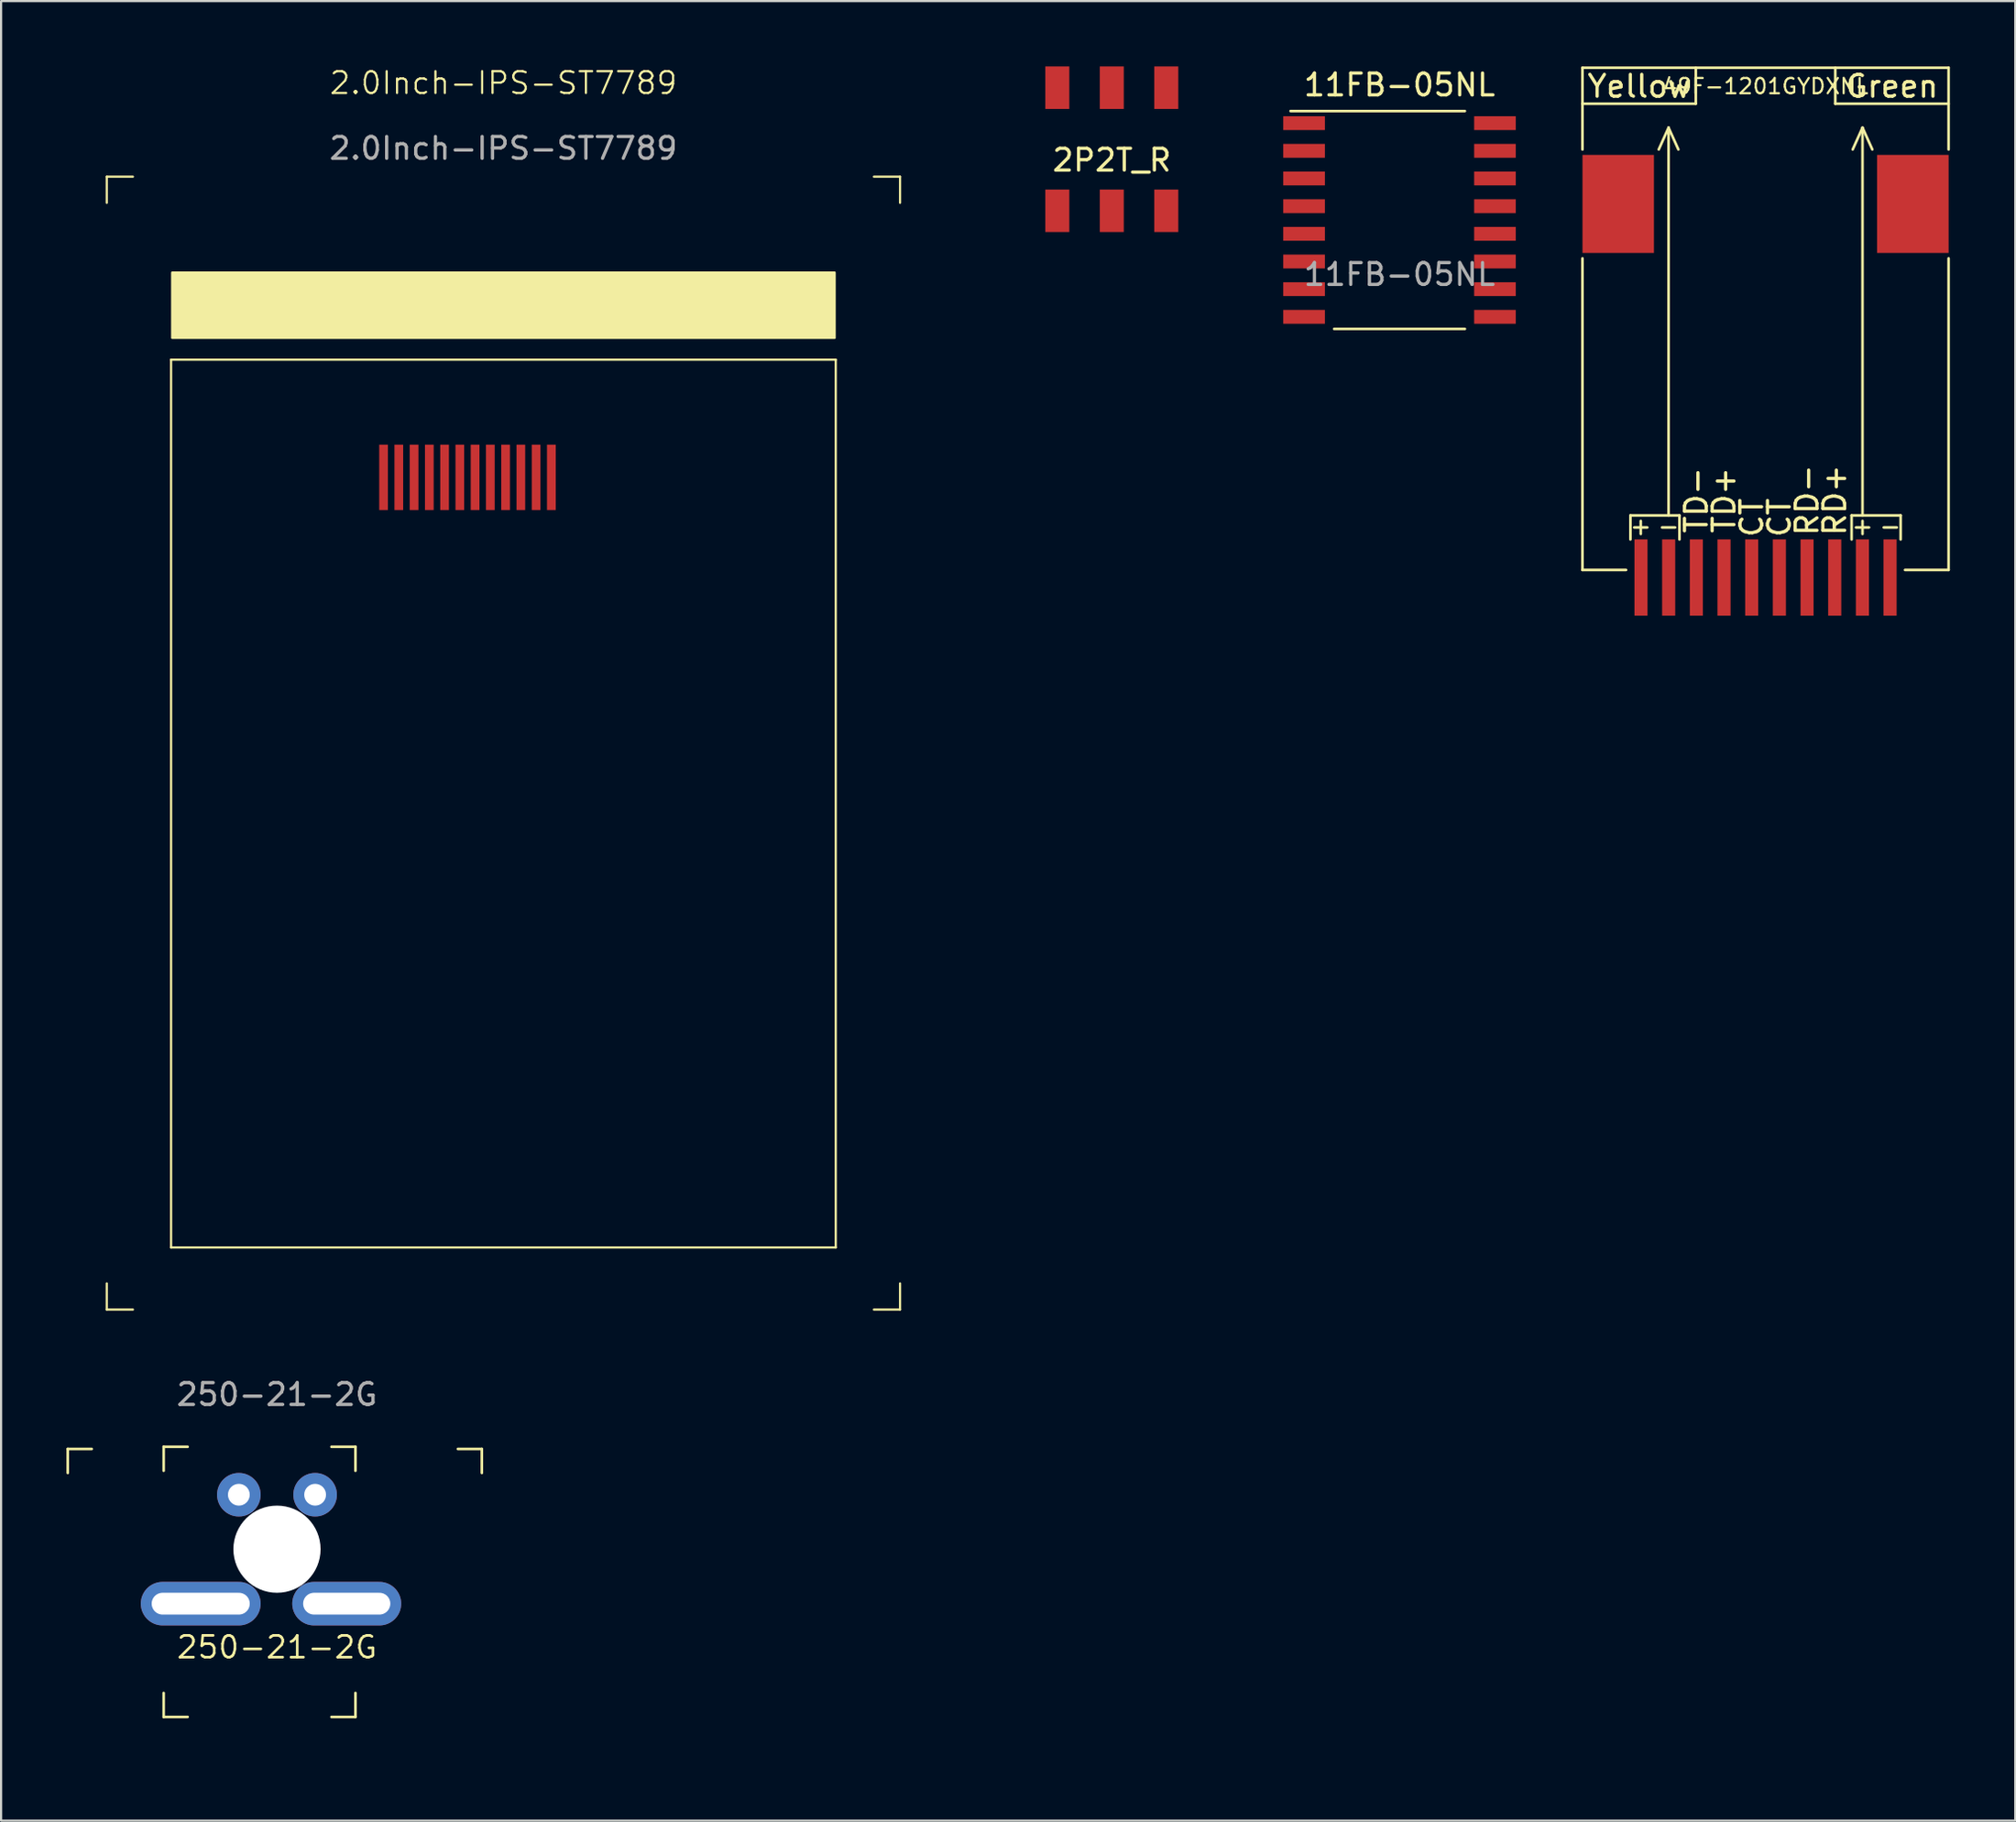
<source format=kicad_pcb>
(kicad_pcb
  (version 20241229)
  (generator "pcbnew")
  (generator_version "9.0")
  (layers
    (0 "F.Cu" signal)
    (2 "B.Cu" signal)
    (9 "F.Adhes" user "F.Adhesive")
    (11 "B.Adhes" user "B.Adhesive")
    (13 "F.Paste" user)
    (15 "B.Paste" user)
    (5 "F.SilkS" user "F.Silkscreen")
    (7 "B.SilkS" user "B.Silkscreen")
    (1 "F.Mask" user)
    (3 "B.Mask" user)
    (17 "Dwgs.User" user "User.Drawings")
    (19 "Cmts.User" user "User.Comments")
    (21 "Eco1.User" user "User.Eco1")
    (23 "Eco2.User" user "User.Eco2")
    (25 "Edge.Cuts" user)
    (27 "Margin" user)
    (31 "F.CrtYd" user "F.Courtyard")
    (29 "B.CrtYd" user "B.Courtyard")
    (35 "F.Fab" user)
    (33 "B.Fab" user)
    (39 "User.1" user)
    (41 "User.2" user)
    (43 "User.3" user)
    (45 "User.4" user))
  (footprint "2P2T_R"
    (layer "F.Cu")
    (at 47.967 3.8)
    (property "Reference" "2P2T_R" (at 0 0.5 0) (layer "F.SilkS") (effects (font (size 1 1) (thickness 0.15))))
    (attr through_hole)
    (fp_line (start -4.6 -0.8) (end -4.6 0.8) (stroke (width 0.12) (type solid)) (layer "Eco1.User"))
    (fp_line (start -3.6 1.8) (end 3.6 1.8) (stroke (width 0.12) (type solid)) (layer "Eco1.User"))
    (fp_line (start 3.6 -1.8) (end -3.6 -1.8) (stroke (width 0.12) (type solid)) (layer "Eco1.User"))
    (fp_line (start 4.6 -0.8) (end 4.6 0.8) (stroke (width 0.12) (type solid)) (layer "Eco1.User"))
    (fp_arc (start -4.599998 -0.800002) (mid -4.599998 -1.8) (end -3.6 -1.8) (stroke (width 0.12) (type solid)) (layer "Eco1.User"))
    (fp_arc (start -3.600001 1.799999) (mid -4.599999 1.799999) (end -4.599999 0.800001) (stroke (width 0.12) (type solid)) (layer "Eco1.User"))
    (fp_arc (start 3.600002 -1.799998) (mid 4.6 -1.799998) (end 4.6 -0.8) (stroke (width 0.12) (type solid)) (layer "Eco1.User"))
    (fp_arc (start 4.599998 0.800002) (mid 4.599998 1.8) (end 3.6 1.8) (stroke (width 0.12) (type solid)) (layer "Eco1.User"))
    (pad "1" smd rect (at -2.5 -2.825) (size 1.1 1.95) (layers "F.Cu" "F.Mask" "F.Paste"))
    (pad "2" smd rect (at 0 -2.825) (size 1.1 1.95) (layers "F.Cu" "F.Mask" "F.Paste"))
    (pad "3" smd rect (at 2.5 -2.825) (size 1.1 1.95) (layers "F.Cu" "F.Mask" "F.Paste"))
    (pad "4" smd rect (at -2.5 2.825) (size 1.1 1.95) (layers "F.Cu" "F.Mask" "F.Paste"))
    (pad "5" smd rect (at 0 2.825) (size 1.1 1.95) (layers "F.Cu" "F.Mask" "F.Paste"))
    (pad "6" smd rect (at 2.5 2.825) (size 1.1 1.95) (layers "F.Cu" "F.Mask" "F.Paste")))
  (footprint "11FB-05NL"
    (layer "F.Cu")
    (at 61.169 7.048)
    (property "Reference" "11FB-05NL" (at 0 -6.2 0) (unlocked yes) (layer "F.SilkS") (effects (font (size 1 1) (thickness 0.15))))
    (attr smd)
    (fp_line (start -3 5) (end 3 5) (stroke (width 0.12) (type default)) (layer "F.SilkS"))
    (fp_line (start 3 -5) (end -5 -5) (stroke (width 0.12) (type default)) (layer "F.SilkS"))
    (fp_text user "${REFERENCE}" (at 0 2.5 0) (unlocked yes) (layer "F.Fab") (effects (font (size 1 1) (thickness 0.15))))
    (pad "1" smd rect (at -4.38 -4.445) (size 1.91 0.635) (layers "F.Cu" "F.Mask" "F.Paste"))
    (pad "2" smd rect (at -4.38 -3.175) (size 1.91 0.635) (layers "F.Cu" "F.Mask" "F.Paste"))
    (pad "3" smd rect (at -4.38 -1.905) (size 1.91 0.635) (layers "F.Cu" "F.Mask" "F.Paste"))
    (pad "4" smd rect (at -4.38 -0.635) (size 1.91 0.635) (layers "F.Cu" "F.Mask" "F.Paste"))
    (pad "5" smd rect (at -4.38 0.635) (size 1.91 0.635) (layers "F.Cu" "F.Mask" "F.Paste"))
    (pad "6" smd rect (at -4.38 1.905) (size 1.91 0.635) (layers "F.Cu" "F.Mask" "F.Paste"))
    (pad "7" smd rect (at -4.38 3.175) (size 1.91 0.635) (layers "F.Cu" "F.Mask" "F.Paste"))
    (pad "8" smd rect (at -4.38 4.445) (size 1.91 0.635) (layers "F.Cu" "F.Mask" "F.Paste"))
    (pad "9" smd rect (at 4.38 4.445) (size 1.91 0.635) (layers "F.Cu" "F.Mask" "F.Paste"))
    (pad "10" smd rect (at 4.38 3.175) (size 1.91 0.635) (layers "F.Cu" "F.Mask" "F.Paste"))
    (pad "11" smd rect (at 4.38 1.905) (size 1.91 0.635) (layers "F.Cu" "F.Mask" "F.Paste"))
    (pad "12" smd rect (at 4.38 0.635) (size 1.91 0.635) (layers "F.Cu" "F.Mask" "F.Paste"))
    (pad "13" smd rect (at 4.38 -0.635) (size 1.91 0.635) (layers "F.Cu" "F.Mask" "F.Paste"))
    (pad "14" smd rect (at 4.38 -1.905) (size 1.91 0.635) (layers "F.Cu" "F.Mask" "F.Paste"))
    (pad "15" smd rect (at 4.38 -3.175) (size 1.91 0.635) (layers "F.Cu" "F.Mask" "F.Paste"))
    (pad "16" smd rect (at 4.38 -4.445) (size 1.91 0.635) (layers "F.Cu" "F.Mask" "F.Paste")))
  (footprint "2.0Inch-IPS-ST7789"
    (layer "F.Cu")
    (at 20.05 5.46)
    (property "Reference" "2.0Inch-IPS-ST7789" (at 0 -4.7 0) (unlocked yes) (layer "F.SilkS") (effects (font (size 1 1) (thickness 0.1))))
    (attr smd)
    (fp_line (start -18.2 0.8) (end -18.2 -0.4) (stroke (width 0.1) (type default)) (layer "F.SilkS"))
    (fp_line (start -18.2 50.4) (end -18.2 51.6) (stroke (width 0.1) (type default)) (layer "F.SilkS"))
    (fp_line (start -17 -0.4) (end -18.2 -0.4) (stroke (width 0.1) (type default)) (layer "F.SilkS"))
    (fp_line (start -17 51.6) (end -18.2 51.6) (stroke (width 0.1) (type default)) (layer "F.SilkS"))
    (fp_line (start -15.25 8) (end 15.25 8) (stroke (width 0.1) (type default)) (layer "F.SilkS"))
    (fp_line (start -15.25 48.75) (end -15.25 8) (stroke (width 0.1) (type default)) (layer "F.SilkS"))
    (fp_line (start -15.25 48.75) (end 15.25 48.75) (stroke (width 0.1) (type default)) (layer "F.SilkS"))
    (fp_line (start 15.25 48.75) (end 15.25 8) (stroke (width 0.1) (type default)) (layer "F.SilkS"))
    (fp_line (start 17 -0.4) (end 18.2 -0.4) (stroke (width 0.1) (type default)) (layer "F.SilkS"))
    (fp_line (start 17 51.6) (end 18.2 51.6) (stroke (width 0.1) (type default)) (layer "F.SilkS"))
    (fp_line (start 18.2 0.8) (end 18.2 -0.4) (stroke (width 0.1) (type default)) (layer "F.SilkS"))
    (fp_line (start 18.2 50.4) (end 18.2 51.6) (stroke (width 0.1) (type default)) (layer "F.SilkS"))
    (fp_rect (start -15.2 4) (end 15.2 7) (stroke (width 0.1) (type solid)) (fill yes) (layer "F.SilkS"))
    (fp_rect (start -17.85 0) (end 17.85 51.2) (stroke (width 0.1) (type default)) (fill no) (layer "Eco1.User"))
    (fp_rect (start -15.3 7.96) (end 15.3 48.76) (stroke (width 0.1) (type dash)) (fill no) (layer "Eco1.User"))
    (fp_line (start -20 11.8) (end 20 11.8) (stroke (width 0.1) (type default)) (layer "Eco2.User"))
    (fp_line (start -20 15) (end 20 15) (stroke (width 0.1) (type default)) (layer "Eco2.User"))
    (fp_line (start 0 16) (end 0 11) (stroke (width 0.1) (type default)) (layer "Eco2.User"))
    (fp_text user "${REFERENCE}" (at 0 -1.7 0) (unlocked yes) (layer "F.Fab") (effects (font (size 1 1) (thickness 0.15))))
    (pad "1" smd rect (at -5.5 13.4) (size 0.4 3) (layers "F.Cu" "F.Mask" "F.Paste"))
    (pad "2" smd rect (at -4.8 13.4) (size 0.4 3) (layers "F.Cu" "F.Mask" "F.Paste"))
    (pad "3" smd rect (at -4.1 13.4) (size 0.4 3) (layers "F.Cu" "F.Mask" "F.Paste"))
    (pad "4" smd rect (at -3.4 13.4) (size 0.4 3) (layers "F.Cu" "F.Mask" "F.Paste"))
    (pad "5" smd rect (at -2.7 13.4) (size 0.4 3) (layers "F.Cu" "F.Mask" "F.Paste"))
    (pad "6" smd rect (at -2 13.4) (size 0.4 3) (layers "F.Cu" "F.Mask" "F.Paste"))
    (pad "7" smd rect (at -1.3 13.4) (size 0.4 3) (layers "F.Cu" "F.Mask" "F.Paste"))
    (pad "8" smd rect (at -0.6 13.4) (size 0.4 3) (layers "F.Cu" "F.Mask" "F.Paste"))
    (pad "9" smd rect (at 0.1 13.4) (size 0.4 3) (layers "F.Cu" "F.Mask" "F.Paste"))
    (pad "10" smd rect (at 0.8 13.4) (size 0.4 3) (layers "F.Cu" "F.Mask" "F.Paste"))
    (pad "11" smd rect (at 1.5 13.4) (size 0.4 3) (layers "F.Cu" "F.Mask" "F.Paste"))
    (pad "12" smd rect (at 2.2 13.4) (size 0.4 3) (layers "F.Cu" "F.Mask" "F.Paste")))
  (footprint "49F-1201GYDXNL"
    (layer "F.Cu")
    (at 77.964 6.31)
    (property "Reference" "49F-1201GYDXNL" (at 0 -5.4 0) (layer "F.SilkS") (effects (font (size 0.7 0.7) (thickness 0.1))))
    (attr through_hole)
    (fp_line (start -8.4 -6.25) (end -8.4 -2.5) (stroke (width 0.12) (type solid)) (layer "F.SilkS"))
    (fp_line (start -8.4 -4.6) (end -3.2 -4.6) (stroke (width 0.12) (type solid)) (layer "F.SilkS"))
    (fp_line (start -8.4 2.5) (end -8.4 16.8) (stroke (width 0.12) (type solid)) (layer "F.SilkS"))
    (fp_line (start -8.4 16.8) (end -6.4 16.8) (stroke (width 0.12) (type solid)) (layer "F.SilkS"))
    (fp_line (start -6.2 15.4) (end -6.2 14.3) (stroke (width 0.12) (type solid)) (layer "F.SilkS"))
    (fp_line (start -6.025 14.85) (end -5.425 14.85) (stroke (width 0.12) (type solid)) (layer "F.SilkS"))
    (fp_line (start -5.725 15.15) (end -5.725 14.55) (stroke (width 0.12) (type solid)) (layer "F.SilkS"))
    (fp_line (start -4.75 14.85) (end -4.15 14.85) (stroke (width 0.12) (type solid)) (layer "F.SilkS"))
    (fp_line (start -4.45 -3.5) (end -4.9 -2.5) (stroke (width 0.12) (type solid)) (layer "F.SilkS"))
    (fp_line (start -4.45 -3.5) (end -4 -2.5) (stroke (width 0.12) (type solid)) (layer "F.SilkS"))
    (fp_line (start -4.45 14.3) (end -4.45 -3.5) (stroke (width 0.12) (type solid)) (layer "F.SilkS"))
    (fp_line (start -3.95 14.3) (end -6.2 14.3) (stroke (width 0.12) (type solid)) (layer "F.SilkS"))
    (fp_line (start -3.95 15.4) (end -3.95 14.3) (stroke (width 0.12) (type solid)) (layer "F.SilkS"))
    (fp_line (start -3.2 -4.6) (end -3.2 -6.25) (stroke (width 0.12) (type solid)) (layer "F.SilkS"))
    (fp_line (start 3.2 -4.6) (end 3.2 -6.25) (stroke (width 0.12) (type solid)) (layer "F.SilkS"))
    (fp_line (start 3.2 -4.6) (end 8.4 -4.6) (stroke (width 0.12) (type solid)) (layer "F.SilkS"))
    (fp_line (start 3.95 15.4) (end 3.95 14.3) (stroke (width 0.12) (type solid)) (layer "F.SilkS"))
    (fp_line (start 4.15 14.85) (end 4.75 14.85) (stroke (width 0.12) (type solid)) (layer "F.SilkS"))
    (fp_line (start 4.45 -3.5) (end 4 -2.5) (stroke (width 0.12) (type solid)) (layer "F.SilkS"))
    (fp_line (start 4.45 -3.5) (end 4.9 -2.5) (stroke (width 0.12) (type solid)) (layer "F.SilkS"))
    (fp_line (start 4.45 14.3) (end 4.45 -3.5) (stroke (width 0.12) (type solid)) (layer "F.SilkS"))
    (fp_line (start 4.45 15.15) (end 4.45 14.55) (stroke (width 0.12) (type solid)) (layer "F.SilkS"))
    (fp_line (start 5.425 14.85) (end 6.025 14.85) (stroke (width 0.12) (type solid)) (layer "F.SilkS"))
    (fp_line (start 6.2 14.3) (end 3.95 14.3) (stroke (width 0.12) (type solid)) (layer "F.SilkS"))
    (fp_line (start 6.2 15.4) (end 6.2 14.3) (stroke (width 0.12) (type solid)) (layer "F.SilkS"))
    (fp_line (start 6.4 16.8) (end 8.4 16.8) (stroke (width 0.12) (type solid)) (layer "F.SilkS"))
    (fp_line (start 8.4 -6.25) (end -8.4 -6.25) (stroke (width 0.12) (type solid)) (layer "F.SilkS"))
    (fp_line (start 8.4 -2.5) (end 8.4 -6.25) (stroke (width 0.12) (type solid)) (layer "F.SilkS"))
    (fp_line (start 8.4 2.5) (end 8.4 16.8) (stroke (width 0.12) (type solid)) (layer "F.SilkS"))
    (fp_text user "Yellow" (at -5.8 -5.4 0) (layer "F.SilkS") (effects (font (size 1 1) (thickness 0.15))))
    (fp_text user "TD-" (at -3.175 13.6 90) (layer "F.SilkS") (effects (font (size 1 1) (thickness 0.15))))
    (fp_text user "Green" (at 5.8 -5.4 0) (layer "F.SilkS") (effects (font (size 1 1) (thickness 0.15))))
    (fp_text user "RD-" (at 1.905 13.6 90) (layer "F.SilkS") (effects (font (size 1 1) (thickness 0.15))))
    (fp_text user "CT" (at -0.635 14.4 90) (layer "F.SilkS") (effects (font (size 1 1) (thickness 0.15))))
    (fp_text user "CT" (at 0.635 14.4 90) (layer "F.SilkS") (effects (font (size 1 1) (thickness 0.15))))
    (fp_text user "TD+" (at -1.905 13.6 90) (layer "F.SilkS") (effects (font (size 1 1) (thickness 0.15))))
    (fp_text user "RD+" (at 3.175 13.6 90) (layer "F.SilkS") (effects (font (size 1 1) (thickness 0.15))))
    (pad "1" smd rect (at 3.175 17.15) (size 0.6 3.5) (layers "F.Cu" "F.Mask" "F.Paste"))
    (pad "2" smd rect (at 1.905 17.15) (size 0.6 3.5) (layers "F.Cu" "F.Mask" "F.Paste"))
    (pad "3" smd rect (at 0.635 17.15) (size 0.6 3.5) (layers "F.Cu" "F.Mask" "F.Paste"))
    (pad "6" smd rect (at -0.635 17.15) (size 0.6 3.5) (layers "F.Cu" "F.Mask" "F.Paste"))
    (pad "7" smd rect (at -1.905 17.15) (size 0.6 3.5) (layers "F.Cu" "F.Mask" "F.Paste"))
    (pad "8" smd rect (at -3.175 17.15) (size 0.6 3.5) (layers "F.Cu" "F.Mask" "F.Paste"))
    (pad "9" smd rect (at 5.715 17.15) (size 0.6 3.5) (layers "F.Cu" "F.Mask" "F.Paste"))
    (pad "10" smd rect (at 4.445 17.15) (size 0.6 3.5) (layers "F.Cu" "F.Mask" "F.Paste"))
    (pad "11" smd rect (at -4.445 17.15) (size 0.6 3.5) (layers "F.Cu" "F.Mask" "F.Paste"))
    (pad "12" smd rect (at -5.715 17.15) (size 0.6 3.5) (layers "F.Cu" "F.Mask" "F.Paste"))
    (pad "SH" smd rect (at -6.76 0) (size 3.28 4.5) (layers "F.Cu" "F.Mask" "F.Paste"))
    (pad "SH" smd rect (at 6.76 0) (size 3.28 4.5) (layers "F.Cu" "F.Mask" "F.Paste")))
  (footprint "250-21-2G"
    (layer "F.Cu")
    (at 9.66 70.559)
    (property "Reference" "250-21-2G" (at 0 2 0) (unlocked yes) (layer "F.SilkS") (effects (font (size 1 1) (thickness 0.12))))
    (attr through_hole)
    (fp_line (start -9.6 -6) (end -9.6 -7.1) (stroke (width 0.12) (type default)) (layer "F.SilkS"))
    (fp_line (start -8.5 -7.1) (end -9.6 -7.1) (stroke (width 0.12) (type default)) (layer "F.SilkS"))
    (fp_line (start -5.2 -6.1) (end -5.2 -7.2) (stroke (width 0.12) (type default)) (layer "F.SilkS"))
    (fp_line (start -5.2 4.1) (end -5.2 5.2) (stroke (width 0.12) (type default)) (layer "F.SilkS"))
    (fp_line (start -4.1 -7.2) (end -5.2 -7.2) (stroke (width 0.12) (type default)) (layer "F.SilkS"))
    (fp_line (start -4.1 5.2) (end -5.2 5.2) (stroke (width 0.12) (type default)) (layer "F.SilkS"))
    (fp_line (start 2.5 -7.2) (end 3.6 -7.2) (stroke (width 0.12) (type default)) (layer "F.SilkS"))
    (fp_line (start 2.5 5.2) (end 3.6 5.2) (stroke (width 0.12) (type default)) (layer "F.SilkS"))
    (fp_line (start 3.6 -6.1) (end 3.6 -7.2) (stroke (width 0.12) (type default)) (layer "F.SilkS"))
    (fp_line (start 3.6 4.1) (end 3.6 5.2) (stroke (width 0.12) (type default)) (layer "F.SilkS"))
    (fp_line (start 8.3 -7.1) (end 9.4 -7.1) (stroke (width 0.12) (type default)) (layer "F.SilkS"))
    (fp_line (start 9.4 -6) (end 9.4 -7.1) (stroke (width 0.12) (type default)) (layer "F.SilkS"))
    (fp_line (start -9.35 -6.9) (end -9.35 6.9) (stroke (width 0.12) (type default)) (layer "Eco1.User"))
    (fp_line (start -5 5) (end -5 -7) (stroke (width 0.12) (type default)) (layer "Eco1.User"))
    (fp_line (start -3.6 -7) (end -3.6 5) (stroke (width 0.12) (type default)) (layer "Eco1.User"))
    (fp_line (start -0.2 -7) (end -0.2 5) (stroke (width 0.12) (type default)) (layer "Eco1.User"))
    (fp_line (start 3.4 -7) (end -5 -7) (stroke (width 0.12) (type default)) (layer "Eco1.User"))
    (fp_line (start 3.4 5) (end -5 5) (stroke (width 0.12) (type default)) (layer "Eco1.User"))
    (fp_line (start 3.4 5) (end 3.4 -7) (stroke (width 0.12) (type default)) (layer "Eco1.User"))
    (fp_line (start 9.15 -6.9) (end -9.35 -6.9) (stroke (width 0.12) (type default)) (layer "Eco1.User"))
    (fp_line (start 9.15 -6.9) (end 9.15 6.9) (stroke (width 0.12) (type default)) (layer "Eco1.User"))
    (fp_line (start 9.15 6.9) (end -9.35 6.9) (stroke (width 0.12) (type default)) (layer "Eco1.User"))
    (fp_text user "${REFERENCE}" (at 0 -9.6 0) (unlocked yes) (layer "F.Fab") (effects (font (size 1 1) (thickness 0.15))))
    (pad "" np_thru_hole circle (at 0 -2.5) (size 4 4) (drill 4) (layers "*.Cu" "*.Mask"))
    (pad "1" thru_hole oval (at -3.5 0) (size 5.5 2) (drill oval 4.5 1) (layers "*.Cu" "*.Mask"))
    (pad "1" thru_hole circle (at -1.75 -5) (size 2 2) (drill 1) (layers "*.Cu" "*.Mask"))
    (pad "2" thru_hole circle (at 1.75 -5) (size 2 2) (drill 1) (layers "*.Cu" "*.Mask"))
    (pad "2" thru_hole oval (at 3.2 0) (size 5 2) (drill oval 4 1) (layers "*.Cu" "*.Mask")))
  (gr_rect
    (start -3 -3)
    (end 89.424 80.519)
    (stroke (width 0.1) (type default))
    (fill no)
    (layer "Edge.Cuts")))
</source>
